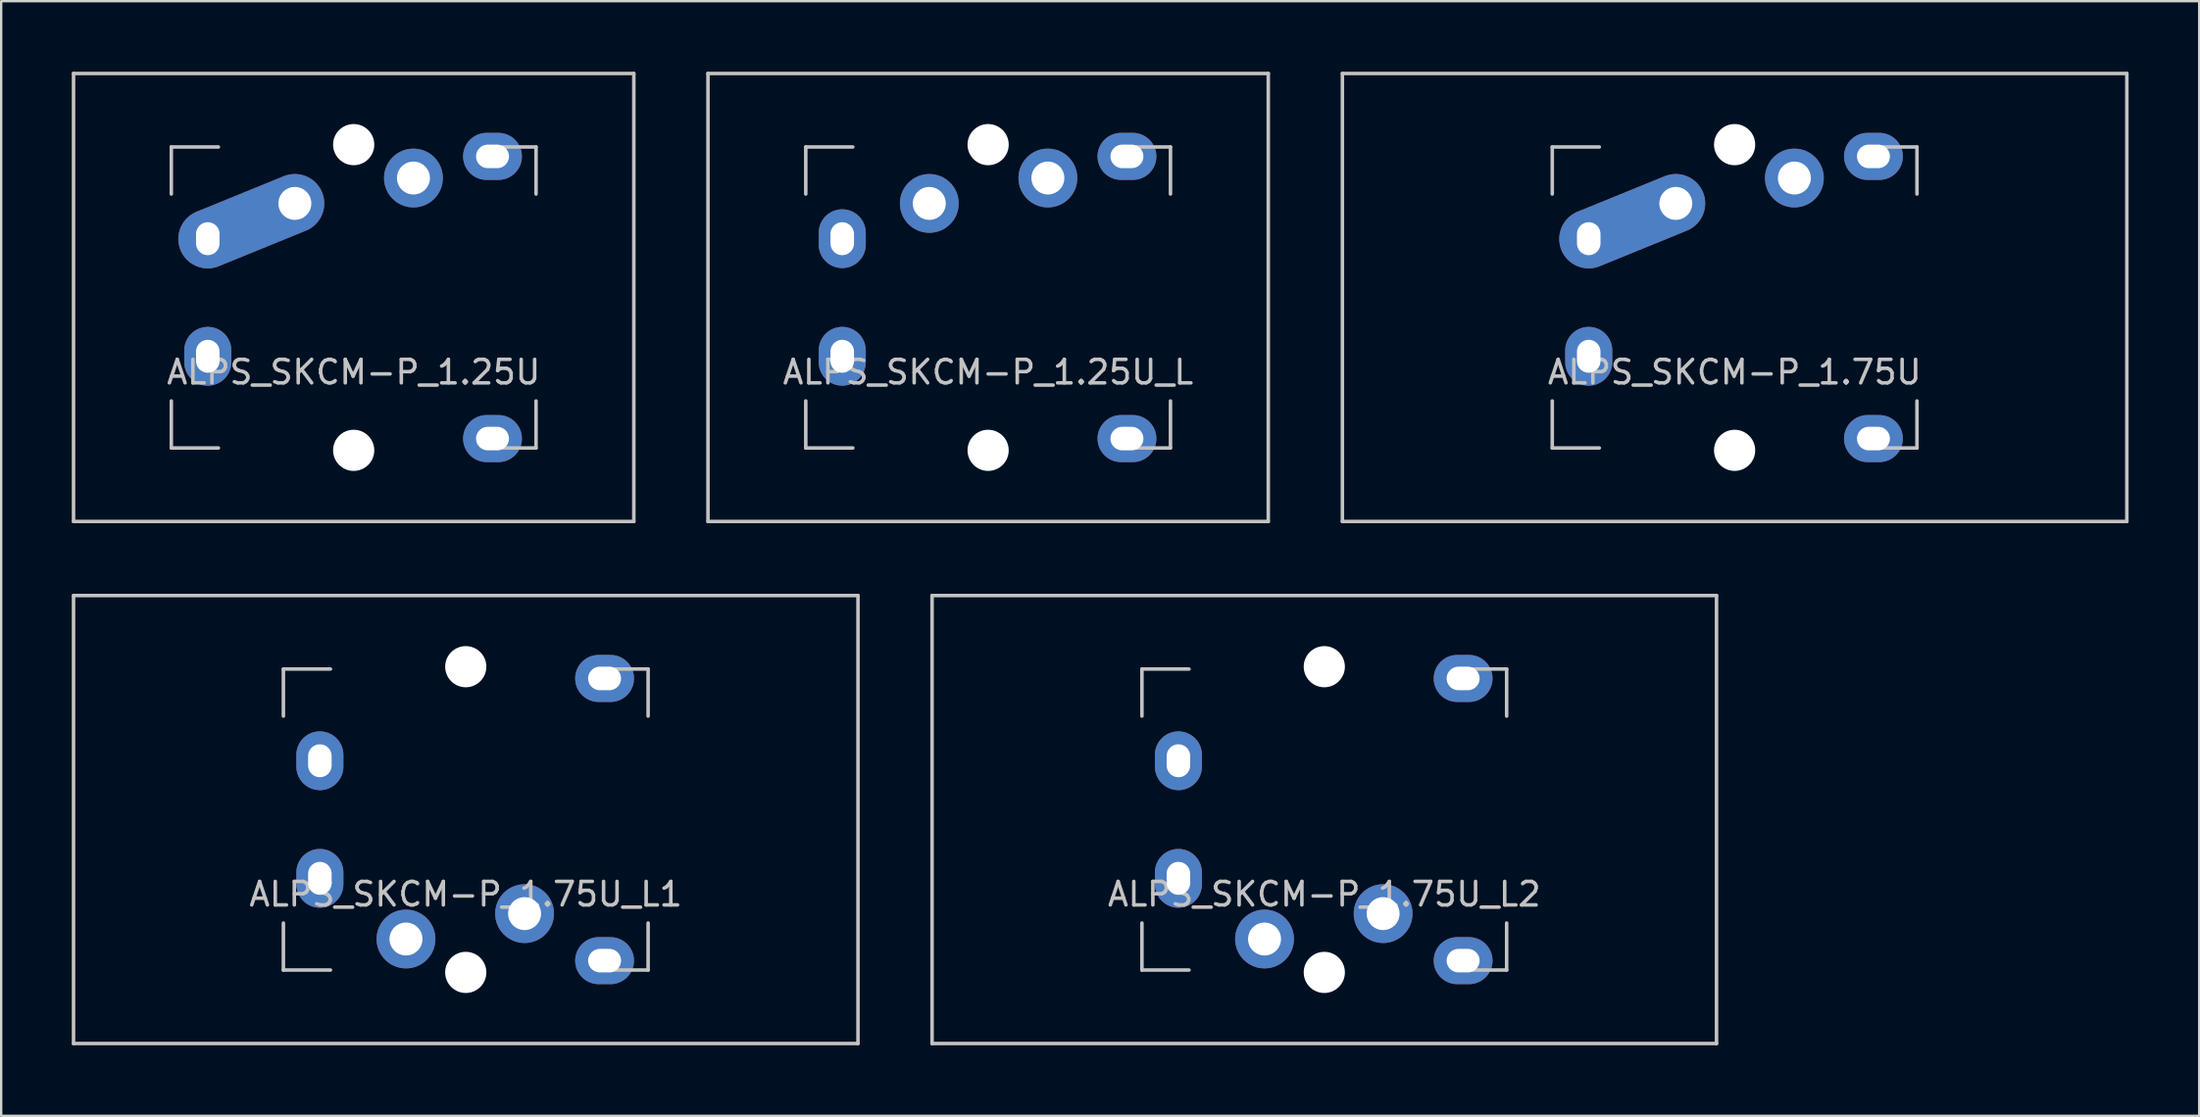
<source format=kicad_pcb>
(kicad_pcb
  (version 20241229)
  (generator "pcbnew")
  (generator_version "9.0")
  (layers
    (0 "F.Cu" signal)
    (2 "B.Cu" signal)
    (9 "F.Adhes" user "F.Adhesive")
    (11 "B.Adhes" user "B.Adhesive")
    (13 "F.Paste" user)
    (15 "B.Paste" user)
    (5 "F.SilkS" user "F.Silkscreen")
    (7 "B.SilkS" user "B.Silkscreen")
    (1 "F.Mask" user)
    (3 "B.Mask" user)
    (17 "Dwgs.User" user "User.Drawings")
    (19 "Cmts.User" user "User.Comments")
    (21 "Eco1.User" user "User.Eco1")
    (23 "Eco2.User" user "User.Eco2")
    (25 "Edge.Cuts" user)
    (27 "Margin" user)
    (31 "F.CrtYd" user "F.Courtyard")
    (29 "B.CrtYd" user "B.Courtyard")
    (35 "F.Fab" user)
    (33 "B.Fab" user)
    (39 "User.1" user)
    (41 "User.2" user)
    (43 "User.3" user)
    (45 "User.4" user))
  (footprint "ALPS_SKCM-P_1.25U_L"
    (layer "F.Cu")
    (at 38.944 9.6)
    (property "Reference" "ALPS_SKCM-P_1.25U_L" (at 0 3.175 0) (layer "Dwgs.User") (effects (font (size 1 1) (thickness 0.15))))
    (attr through_hole)
    (fp_line (start -11.906 -9.525) (end 11.906 -9.525) (stroke (width 0.15) (type solid)) (layer "Dwgs.User"))
    (fp_line (start -11.906 9.525) (end -11.906 -9.525) (stroke (width 0.15) (type solid)) (layer "Dwgs.User"))
    (fp_line (start -11.906 9.525) (end 11.906 9.525) (stroke (width 0.15) (type solid)) (layer "Dwgs.User"))
    (fp_line (start -7.75 -6.4) (end -5.75 -6.4) (stroke (width 0.15) (type solid)) (layer "Dwgs.User"))
    (fp_line (start -7.75 -4.4) (end -7.75 -6.4) (stroke (width 0.15) (type solid)) (layer "Dwgs.User"))
    (fp_line (start -7.75 6.4) (end -7.75 4.4) (stroke (width 0.15) (type solid)) (layer "Dwgs.User"))
    (fp_line (start -7.75 6.4) (end -5.75 6.4) (stroke (width 0.15) (type solid)) (layer "Dwgs.User"))
    (fp_line (start 5.75 -6.4) (end 7.75 -6.4) (stroke (width 0.15) (type solid)) (layer "Dwgs.User"))
    (fp_line (start 5.75 6.4) (end 7.75 6.4) (stroke (width 0.15) (type solid)) (layer "Dwgs.User"))
    (fp_line (start 7.75 -4.4) (end 7.75 -6.4) (stroke (width 0.15) (type solid)) (layer "Dwgs.User"))
    (fp_line (start 7.75 6.4) (end 7.75 4.4) (stroke (width 0.15) (type solid)) (layer "Dwgs.User"))
    (fp_line (start 11.906 -9.525) (end 11.906 9.525) (stroke (width 0.15) (type solid)) (layer "Dwgs.User"))
    (pad "" np_thru_hole circle (at 0 -6.5) (size 1.75 1.75) (drill 1.75) (layers "*.Cu" "*.Mask"))
    (pad "" np_thru_hole circle (at 0 6.5 90) (size 1.75 1.75) (drill 1.75) (layers "*.Cu" "*.Mask"))
    (pad "1" thru_hole oval (at -6.2 -2.5 180) (size 2 2.5) (drill oval 1 1.4) (layers "*.Cu" "*.Mask"))
    (pad "1" thru_hole circle (at -2.5 -4 22.2) (size 2.5 2.5) (drill 1.4) (layers "*.Cu" "*.Mask"))
    (pad "2" thru_hole oval (at -6.2 2.5 90) (size 2.5 2) (drill oval 1.4 1) (layers "*.Cu" "*.Mask"))
    (pad "2" thru_hole circle (at 2.54 -5.08 270) (size 2.5 2.5) (drill 1.4) (layers "*.Cu" "*.Mask"))
    (pad "NC" thru_hole oval (at 5.9 -6 180) (size 2.5 2) (drill oval 1.4 1) (layers "*.Cu" "*.Mask"))
    (pad "NC" thru_hole oval (at 5.9 6 180) (size 2.5 2) (drill oval 1.4 1) (layers "*.Cu" "*.Mask")))
  (footprint "ALPS_SKCM-P_1.75U_L2"
    (layer "F.Cu")
    (at 53.231 31.8)
    (property "Reference" "ALPS_SKCM-P_1.75U_L2" (at 0 3.175 0) (layer "Dwgs.User") (effects (font (size 1 1) (thickness 0.15))))
    (attr through_hole)
    (fp_line (start -16.669 -9.525) (end 16.669 -9.525) (stroke (width 0.15) (type solid)) (layer "Dwgs.User"))
    (fp_line (start -16.669 9.525) (end -16.669 -9.525) (stroke (width 0.15) (type solid)) (layer "Dwgs.User"))
    (fp_line (start -16.669 9.525) (end 16.669 9.525) (stroke (width 0.15) (type solid)) (layer "Dwgs.User"))
    (fp_line (start -7.75 -6.4) (end -5.75 -6.4) (stroke (width 0.15) (type solid)) (layer "Dwgs.User"))
    (fp_line (start -7.75 -4.4) (end -7.75 -6.4) (stroke (width 0.15) (type solid)) (layer "Dwgs.User"))
    (fp_line (start -7.75 6.4) (end -7.75 4.4) (stroke (width 0.15) (type solid)) (layer "Dwgs.User"))
    (fp_line (start -7.75 6.4) (end -5.75 6.4) (stroke (width 0.15) (type solid)) (layer "Dwgs.User"))
    (fp_line (start 5.75 -6.4) (end 7.75 -6.4) (stroke (width 0.15) (type solid)) (layer "Dwgs.User"))
    (fp_line (start 5.75 6.4) (end 7.75 6.4) (stroke (width 0.15) (type solid)) (layer "Dwgs.User"))
    (fp_line (start 7.75 -4.4) (end 7.75 -6.4) (stroke (width 0.15) (type solid)) (layer "Dwgs.User"))
    (fp_line (start 7.75 6.4) (end 7.75 4.4) (stroke (width 0.15) (type solid)) (layer "Dwgs.User"))
    (fp_line (start 16.669 -9.525) (end 16.669 9.525) (stroke (width 0.15) (type solid)) (layer "Dwgs.User"))
    (pad "" np_thru_hole circle (at 0 -6.5) (size 1.75 1.75) (drill 1.75) (layers "*.Cu" "*.Mask"))
    (pad "" np_thru_hole circle (at 0 6.5 90) (size 1.75 1.75) (drill 1.75) (layers "*.Cu" "*.Mask"))
    (pad "1" thru_hole oval (at -6.2 -2.5 180) (size 2 2.5) (drill oval 1 1.4) (layers "*.Cu" "*.Mask"))
    (pad "1" thru_hole circle (at -2.54 5.08 90) (size 2.5 2.5) (drill 1.4) (layers "*.Cu" "*.Mask"))
    (pad "2" thru_hole oval (at -6.2 2.5 90) (size 2.5 2) (drill oval 1.4 1) (layers "*.Cu" "*.Mask"))
    (pad "2" thru_hole circle (at 2.5 4 180) (size 2.5 2.5) (drill 1.4) (layers "*.Cu" "*.Mask"))
    (pad "NC" thru_hole oval (at 5.9 -6 180) (size 2.5 2) (drill oval 1.4 1) (layers "*.Cu" "*.Mask"))
    (pad "NC" thru_hole oval (at 5.9 6 180) (size 2.5 2) (drill oval 1.4 1) (layers "*.Cu" "*.Mask")))
  (footprint "ALPS_SKCM-P_1.25U"
    (layer "F.Cu")
    (at 11.981 9.6)
    (property "Reference" "ALPS_SKCM-P_1.25U" (at 0 3.175 0) (layer "Dwgs.User") (effects (font (size 1 1) (thickness 0.15))))
    (attr through_hole)
    (fp_line (start -11.906 -9.525) (end 11.906 -9.525) (stroke (width 0.15) (type solid)) (layer "Dwgs.User"))
    (fp_line (start -11.906 9.525) (end -11.906 -9.525) (stroke (width 0.15) (type solid)) (layer "Dwgs.User"))
    (fp_line (start -11.906 9.525) (end 11.906 9.525) (stroke (width 0.15) (type solid)) (layer "Dwgs.User"))
    (fp_line (start -7.75 -6.4) (end -5.75 -6.4) (stroke (width 0.15) (type solid)) (layer "Dwgs.User"))
    (fp_line (start -7.75 -4.4) (end -7.75 -6.4) (stroke (width 0.15) (type solid)) (layer "Dwgs.User"))
    (fp_line (start -7.75 6.4) (end -7.75 4.4) (stroke (width 0.15) (type solid)) (layer "Dwgs.User"))
    (fp_line (start -7.75 6.4) (end -5.75 6.4) (stroke (width 0.15) (type solid)) (layer "Dwgs.User"))
    (fp_line (start 5.75 -6.4) (end 7.75 -6.4) (stroke (width 0.15) (type solid)) (layer "Dwgs.User"))
    (fp_line (start 5.75 6.4) (end 7.75 6.4) (stroke (width 0.15) (type solid)) (layer "Dwgs.User"))
    (fp_line (start 7.75 -4.4) (end 7.75 -6.4) (stroke (width 0.15) (type solid)) (layer "Dwgs.User"))
    (fp_line (start 7.75 6.4) (end 7.75 4.4) (stroke (width 0.15) (type solid)) (layer "Dwgs.User"))
    (fp_line (start 11.906 -9.525) (end 11.906 9.525) (stroke (width 0.15) (type solid)) (layer "Dwgs.User"))
    (pad "" np_thru_hole circle (at 0 -6.5) (size 1.75 1.75) (drill 1.75) (layers "*.Cu" "*.Mask"))
    (pad "" np_thru_hole circle (at 0 6.5 90) (size 1.75 1.75) (drill 1.75) (layers "*.Cu" "*.Mask"))
    (pad "1" thru_hole oval (at -6.2 -2.5 180) (size 2 2.5) (drill oval 1 1.4) (layers "*.Cu" "*.Mask"))
    (pad "1" thru_hole oval (at -2.5 -4 22.2) (size 6.5 2.5) (drill 1.4 (offset -2 0)) (layers "*.Cu" "*.Mask"))
    (pad "2" thru_hole oval (at -6.2 2.5 90) (size 2.5 2) (drill oval 1.4 1) (layers "*.Cu" "*.Mask"))
    (pad "2" thru_hole circle (at 2.54 -5.08 270) (size 2.5 2.5) (drill 1.4) (layers "*.Cu" "*.Mask"))
    (pad "NC" thru_hole oval (at 5.9 -6 180) (size 2.5 2) (drill oval 1.4 1) (layers "*.Cu" "*.Mask"))
    (pad "NC" thru_hole oval (at 5.9 6 180) (size 2.5 2) (drill oval 1.4 1) (layers "*.Cu" "*.Mask")))
  (footprint "ALPS_SKCM-P_1.75U_L1"
    (layer "F.Cu")
    (at 16.744 31.8)
    (property "Reference" "ALPS_SKCM-P_1.75U_L1" (at 0 3.175 0) (layer "Dwgs.User") (effects (font (size 1 1) (thickness 0.15))))
    (attr through_hole)
    (fp_line (start -16.669 -9.525) (end 16.669 -9.525) (stroke (width 0.15) (type solid)) (layer "Dwgs.User"))
    (fp_line (start -16.669 9.525) (end -16.669 -9.525) (stroke (width 0.15) (type solid)) (layer "Dwgs.User"))
    (fp_line (start -16.669 9.525) (end 16.669 9.525) (stroke (width 0.15) (type solid)) (layer "Dwgs.User"))
    (fp_line (start -7.75 -6.4) (end -5.75 -6.4) (stroke (width 0.15) (type solid)) (layer "Dwgs.User"))
    (fp_line (start -7.75 -4.4) (end -7.75 -6.4) (stroke (width 0.15) (type solid)) (layer "Dwgs.User"))
    (fp_line (start -7.75 6.4) (end -7.75 4.4) (stroke (width 0.15) (type solid)) (layer "Dwgs.User"))
    (fp_line (start -7.75 6.4) (end -5.75 6.4) (stroke (width 0.15) (type solid)) (layer "Dwgs.User"))
    (fp_line (start 5.75 -6.4) (end 7.75 -6.4) (stroke (width 0.15) (type solid)) (layer "Dwgs.User"))
    (fp_line (start 5.75 6.4) (end 7.75 6.4) (stroke (width 0.15) (type solid)) (layer "Dwgs.User"))
    (fp_line (start 7.75 -4.4) (end 7.75 -6.4) (stroke (width 0.15) (type solid)) (layer "Dwgs.User"))
    (fp_line (start 7.75 6.4) (end 7.75 4.4) (stroke (width 0.15) (type solid)) (layer "Dwgs.User"))
    (fp_line (start 16.669 -9.525) (end 16.669 9.525) (stroke (width 0.15) (type solid)) (layer "Dwgs.User"))
    (pad "" np_thru_hole circle (at 0 -6.5) (size 1.75 1.75) (drill 1.75) (layers "*.Cu" "*.Mask"))
    (pad "" np_thru_hole circle (at 0 6.5 90) (size 1.75 1.75) (drill 1.75) (layers "*.Cu" "*.Mask"))
    (pad "1" thru_hole oval (at -6.2 -2.5 180) (size 2 2.5) (drill oval 1 1.4) (layers "*.Cu" "*.Mask"))
    (pad "1" thru_hole circle (at 2.5 4 270) (size 2.5 2.5) (drill 1.4) (layers "*.Cu" "*.Mask"))
    (pad "2" thru_hole oval (at -6.2 2.5 90) (size 2.5 2) (drill oval 1.4 1) (layers "*.Cu" "*.Mask"))
    (pad "2" thru_hole circle (at -2.54 5.08 90) (size 2.5 2.5) (drill 1.4) (layers "*.Cu" "*.Mask"))
    (pad "NC" thru_hole oval (at 5.9 -6 180) (size 2.5 2) (drill oval 1.4 1) (layers "*.Cu" "*.Mask"))
    (pad "NC" thru_hole oval (at 5.9 6 180) (size 2.5 2) (drill oval 1.4 1) (layers "*.Cu" "*.Mask")))
  (footprint "ALPS_SKCM-P_1.75U"
    (layer "F.Cu")
    (at 70.669 9.6)
    (property "Reference" "ALPS_SKCM-P_1.75U" (at 0 3.175 0) (layer "Dwgs.User") (effects (font (size 1 1) (thickness 0.15))))
    (attr through_hole)
    (fp_line (start -16.669 -9.525) (end 16.669 -9.525) (stroke (width 0.15) (type solid)) (layer "Dwgs.User"))
    (fp_line (start -16.669 9.525) (end -16.669 -9.525) (stroke (width 0.15) (type solid)) (layer "Dwgs.User"))
    (fp_line (start -16.669 9.525) (end 16.669 9.525) (stroke (width 0.15) (type solid)) (layer "Dwgs.User"))
    (fp_line (start -7.75 -6.4) (end -5.75 -6.4) (stroke (width 0.15) (type solid)) (layer "Dwgs.User"))
    (fp_line (start -7.75 -4.4) (end -7.75 -6.4) (stroke (width 0.15) (type solid)) (layer "Dwgs.User"))
    (fp_line (start -7.75 6.4) (end -7.75 4.4) (stroke (width 0.15) (type solid)) (layer "Dwgs.User"))
    (fp_line (start -7.75 6.4) (end -5.75 6.4) (stroke (width 0.15) (type solid)) (layer "Dwgs.User"))
    (fp_line (start 5.75 -6.4) (end 7.75 -6.4) (stroke (width 0.15) (type solid)) (layer "Dwgs.User"))
    (fp_line (start 5.75 6.4) (end 7.75 6.4) (stroke (width 0.15) (type solid)) (layer "Dwgs.User"))
    (fp_line (start 7.75 -4.4) (end 7.75 -6.4) (stroke (width 0.15) (type solid)) (layer "Dwgs.User"))
    (fp_line (start 7.75 6.4) (end 7.75 4.4) (stroke (width 0.15) (type solid)) (layer "Dwgs.User"))
    (fp_line (start 16.669 -9.525) (end 16.669 9.525) (stroke (width 0.15) (type solid)) (layer "Dwgs.User"))
    (pad "" np_thru_hole circle (at 0 -6.5) (size 1.75 1.75) (drill 1.75) (layers "*.Cu" "*.Mask"))
    (pad "" np_thru_hole circle (at 0 6.5 90) (size 1.75 1.75) (drill 1.75) (layers "*.Cu" "*.Mask"))
    (pad "1" thru_hole oval (at -6.2 -2.5 180) (size 2 2.5) (drill oval 1 1.4) (layers "*.Cu" "*.Mask"))
    (pad "1" thru_hole oval (at -2.5 -4 22.2) (size 6.5 2.5) (drill 1.4 (offset -2 0)) (layers "*.Cu" "*.Mask"))
    (pad "2" thru_hole oval (at -6.2 2.5 90) (size 2.5 2) (drill oval 1.4 1) (layers "*.Cu" "*.Mask"))
    (pad "2" thru_hole circle (at 2.54 -5.08 270) (size 2.5 2.5) (drill 1.4) (layers "*.Cu" "*.Mask"))
    (pad "NC" thru_hole oval (at 5.9 -6 180) (size 2.5 2) (drill oval 1.4 1) (layers "*.Cu" "*.Mask"))
    (pad "NC" thru_hole oval (at 5.9 6 180) (size 2.5 2) (drill oval 1.4 1) (layers "*.Cu" "*.Mask")))
  (gr_rect
    (start -3 -3)
    (end 90.412 44.4)
    (stroke (width 0.1) (type default))
    (fill no)
    (layer "Edge.Cuts")))
</source>
